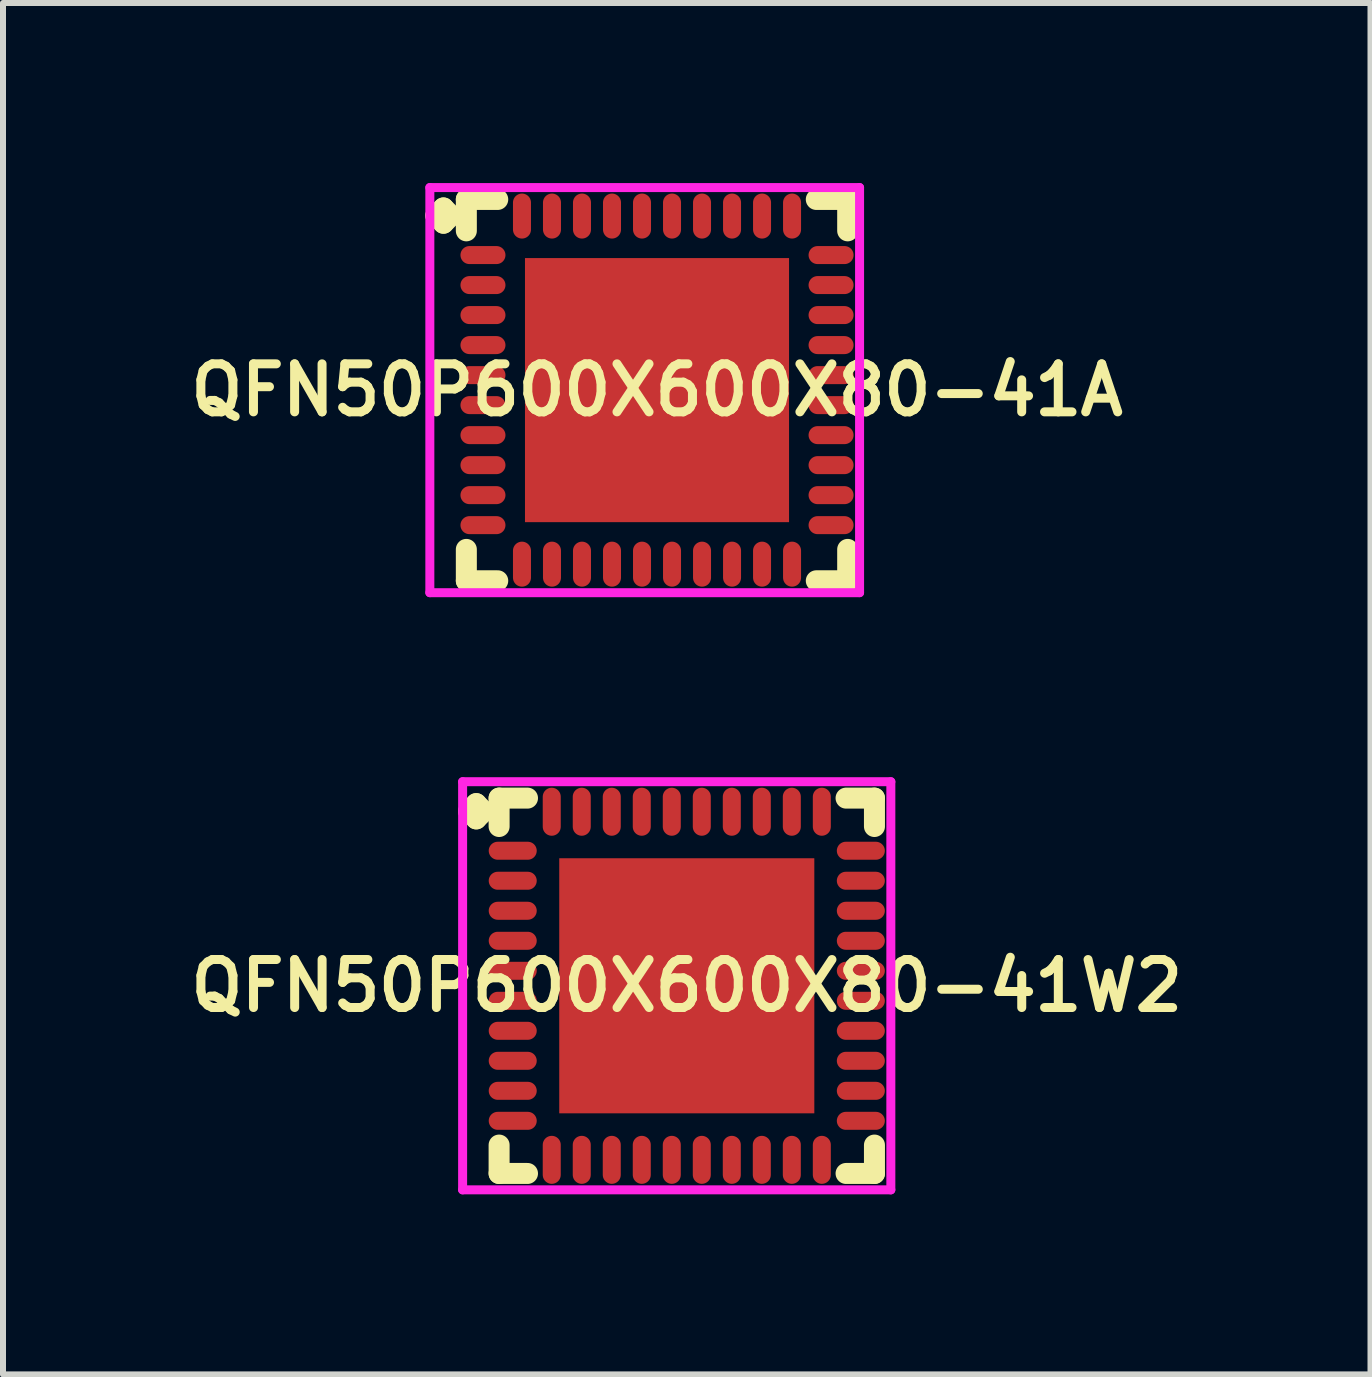
<source format=kicad_pcb>
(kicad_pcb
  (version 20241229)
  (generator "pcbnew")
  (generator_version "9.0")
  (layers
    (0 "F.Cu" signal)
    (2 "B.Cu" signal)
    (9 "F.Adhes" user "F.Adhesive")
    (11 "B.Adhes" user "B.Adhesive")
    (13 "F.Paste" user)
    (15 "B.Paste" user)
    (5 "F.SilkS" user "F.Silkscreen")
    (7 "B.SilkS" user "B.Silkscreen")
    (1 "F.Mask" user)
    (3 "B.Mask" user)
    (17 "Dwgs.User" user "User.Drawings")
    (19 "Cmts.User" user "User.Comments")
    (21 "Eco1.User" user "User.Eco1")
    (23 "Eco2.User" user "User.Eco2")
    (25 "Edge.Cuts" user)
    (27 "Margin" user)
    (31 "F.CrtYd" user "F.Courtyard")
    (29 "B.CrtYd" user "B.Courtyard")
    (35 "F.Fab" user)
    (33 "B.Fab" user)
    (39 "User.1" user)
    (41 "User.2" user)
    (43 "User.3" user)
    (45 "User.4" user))
  (footprint "QFN50P600X600X80-41W2"
    (layer "F.Cu")
    (at 8.393 13.375)
    (property "Reference" "QFN50P600X600X80-41W2" (at 0 0 0) (layer "F.SilkS") (effects (font (size 0.8 0.8) (thickness 0.15))))
    (attr smd)
    (fp_line (start -3.635 -2.908) (end -3.508 -3.035) (stroke (width 0.35) (type solid)) (layer "F.SilkS"))
    (fp_line (start -3.508 -3.035) (end -3.381 -2.908) (stroke (width 0.35) (type solid)) (layer "F.SilkS"))
    (fp_line (start -3.508 -2.781) (end -3.635 -2.908) (stroke (width 0.35) (type solid)) (layer "F.SilkS"))
    (fp_line (start -3.381 -2.908) (end -3.508 -2.781) (stroke (width 0.35) (type solid)) (layer "F.SilkS"))
    (fp_line (start -3.127 -3.127) (end -2.654 -3.127) (stroke (width 0.35) (type solid)) (layer "F.SilkS"))
    (fp_line (start -3.127 -2.654) (end -3.127 -3.127) (stroke (width 0.35) (type solid)) (layer "F.SilkS"))
    (fp_line (start -3.127 2.654) (end -3.127 3.127) (stroke (width 0.35) (type solid)) (layer "F.SilkS"))
    (fp_line (start -3.127 3.127) (end -2.654 3.127) (stroke (width 0.35) (type solid)) (layer "F.SilkS"))
    (fp_line (start 2.654 -3.127) (end 3.127 -3.127) (stroke (width 0.35) (type solid)) (layer "F.SilkS"))
    (fp_line (start 2.654 3.127) (end 3.127 3.127) (stroke (width 0.35) (type solid)) (layer "F.SilkS"))
    (fp_line (start 3.127 -3.127) (end 3.127 -2.654) (stroke (width 0.35) (type solid)) (layer "F.SilkS"))
    (fp_line (start 3.127 3.127) (end 3.127 2.654) (stroke (width 0.35) (type solid)) (layer "F.SilkS"))
    (fp_line (start -3.735 -3.4) (end 3.4 -3.4) (stroke (width 0.15) (type solid)) (layer "F.CrtYd"))
    (fp_line (start -3.735 3.4) (end -3.735 -3.4) (stroke (width 0.15) (type solid)) (layer "F.CrtYd"))
    (fp_line (start 3.4 -3.4) (end 3.4 3.4) (stroke (width 0.15) (type solid)) (layer "F.CrtYd"))
    (fp_line (start 3.4 3.4) (end -3.735 3.4) (stroke (width 0.15) (type solid)) (layer "F.CrtYd"))
    (pad "1" smd oval (at -2.9 -2.25) (size 0.8 0.3) (layers "F.Cu" "F.Mask" "F.Paste"))
    (pad "2" smd oval (at -2.9 -1.75) (size 0.8 0.3) (layers "F.Cu" "F.Mask" "F.Paste"))
    (pad "3" smd oval (at -2.9 -1.25) (size 0.8 0.3) (layers "F.Cu" "F.Mask" "F.Paste"))
    (pad "4" smd oval (at -2.9 -0.75) (size 0.8 0.3) (layers "F.Cu" "F.Mask" "F.Paste"))
    (pad "5" smd oval (at -2.9 -0.25) (size 0.8 0.3) (layers "F.Cu" "F.Mask" "F.Paste"))
    (pad "6" smd oval (at -2.9 0.25) (size 0.8 0.3) (layers "F.Cu" "F.Mask" "F.Paste"))
    (pad "7" smd oval (at -2.9 0.75) (size 0.8 0.3) (layers "F.Cu" "F.Mask" "F.Paste"))
    (pad "8" smd oval (at -2.9 1.25) (size 0.8 0.3) (layers "F.Cu" "F.Mask" "F.Paste"))
    (pad "9" smd oval (at -2.9 1.75) (size 0.8 0.3) (layers "F.Cu" "F.Mask" "F.Paste"))
    (pad "10" smd oval (at -2.9 2.25) (size 0.8 0.3) (layers "F.Cu" "F.Mask" "F.Paste"))
    (pad "11" smd oval (at -2.25 2.9) (size 0.3 0.8) (layers "F.Cu" "F.Mask" "F.Paste"))
    (pad "12" smd oval (at -1.75 2.9) (size 0.3 0.8) (layers "F.Cu" "F.Mask" "F.Paste"))
    (pad "13" smd oval (at -1.25 2.9) (size 0.3 0.8) (layers "F.Cu" "F.Mask" "F.Paste"))
    (pad "14" smd oval (at -0.75 2.9) (size 0.3 0.8) (layers "F.Cu" "F.Mask" "F.Paste"))
    (pad "15" smd oval (at -0.25 2.9) (size 0.3 0.8) (layers "F.Cu" "F.Mask" "F.Paste"))
    (pad "16" smd oval (at 0.25 2.9) (size 0.3 0.8) (layers "F.Cu" "F.Mask" "F.Paste"))
    (pad "17" smd oval (at 0.75 2.9) (size 0.3 0.8) (layers "F.Cu" "F.Mask" "F.Paste"))
    (pad "18" smd oval (at 1.25 2.9) (size 0.3 0.8) (layers "F.Cu" "F.Mask" "F.Paste"))
    (pad "19" smd oval (at 1.75 2.9) (size 0.3 0.8) (layers "F.Cu" "F.Mask" "F.Paste"))
    (pad "20" smd oval (at 2.25 2.9) (size 0.3 0.8) (layers "F.Cu" "F.Mask" "F.Paste"))
    (pad "21" smd oval (at 2.9 2.25) (size 0.8 0.3) (layers "F.Cu" "F.Mask" "F.Paste"))
    (pad "22" smd oval (at 2.9 1.75) (size 0.8 0.3) (layers "F.Cu" "F.Mask" "F.Paste"))
    (pad "23" smd oval (at 2.9 1.25) (size 0.8 0.3) (layers "F.Cu" "F.Mask" "F.Paste"))
    (pad "24" smd oval (at 2.9 0.75) (size 0.8 0.3) (layers "F.Cu" "F.Mask" "F.Paste"))
    (pad "25" smd oval (at 2.9 0.25) (size 0.8 0.3) (layers "F.Cu" "F.Mask" "F.Paste"))
    (pad "26" smd oval (at 2.9 -0.25) (size 0.8 0.3) (layers "F.Cu" "F.Mask" "F.Paste"))
    (pad "27" smd oval (at 2.9 -0.75) (size 0.8 0.3) (layers "F.Cu" "F.Mask" "F.Paste"))
    (pad "28" smd oval (at 2.9 -1.25) (size 0.8 0.3) (layers "F.Cu" "F.Mask" "F.Paste"))
    (pad "29" smd oval (at 2.9 -1.75) (size 0.8 0.3) (layers "F.Cu" "F.Mask" "F.Paste"))
    (pad "30" smd oval (at 2.9 -2.25) (size 0.8 0.3) (layers "F.Cu" "F.Mask" "F.Paste"))
    (pad "31" smd oval (at 2.25 -2.9) (size 0.3 0.8) (layers "F.Cu" "F.Mask" "F.Paste"))
    (pad "32" smd oval (at 1.75 -2.9) (size 0.3 0.8) (layers "F.Cu" "F.Mask" "F.Paste"))
    (pad "33" smd oval (at 1.25 -2.9) (size 0.3 0.8) (layers "F.Cu" "F.Mask" "F.Paste"))
    (pad "34" smd oval (at 0.75 -2.9) (size 0.3 0.8) (layers "F.Cu" "F.Mask" "F.Paste"))
    (pad "35" smd oval (at 0.25 -2.9) (size 0.3 0.8) (layers "F.Cu" "F.Mask" "F.Paste"))
    (pad "36" smd oval (at -0.25 -2.9) (size 0.3 0.8) (layers "F.Cu" "F.Mask" "F.Paste"))
    (pad "37" smd oval (at -0.75 -2.9) (size 0.3 0.8) (layers "F.Cu" "F.Mask" "F.Paste"))
    (pad "38" smd oval (at -1.25 -2.9) (size 0.3 0.8) (layers "F.Cu" "F.Mask" "F.Paste"))
    (pad "39" smd oval (at -1.75 -2.9) (size 0.3 0.8) (layers "F.Cu" "F.Mask" "F.Paste"))
    (pad "40" smd oval (at -2.25 -2.9) (size 0.3 0.8) (layers "F.Cu" "F.Mask" "F.Paste"))
    (pad "41" smd rect (at 0 0) (size 4.25 4.25) (layers "F.Cu" "F.Mask" "F.Paste")))
  (footprint "QFN50P600X600X80-41A"
    (layer "F.Cu")
    (at 7.897 3.45)
    (property "Reference" "QFN50P600X600X80-41A" (at 0 0 0) (layer "F.SilkS") (effects (font (size 0.8 0.8) (thickness 0.15))))
    (attr through_hole)
    (fp_line (start -3.685 -2.908) (end -3.558 -3.035) (stroke (width 0.35) (type solid)) (layer "F.SilkS"))
    (fp_line (start -3.558 -3.035) (end -3.431 -2.908) (stroke (width 0.35) (type solid)) (layer "F.SilkS"))
    (fp_line (start -3.558 -2.781) (end -3.685 -2.908) (stroke (width 0.35) (type solid)) (layer "F.SilkS"))
    (fp_line (start -3.431 -2.908) (end -3.558 -2.781) (stroke (width 0.35) (type solid)) (layer "F.SilkS"))
    (fp_line (start -3.177 -3.177) (end -2.654 -3.177) (stroke (width 0.35) (type solid)) (layer "F.SilkS"))
    (fp_line (start -3.177 -2.654) (end -3.177 -3.177) (stroke (width 0.35) (type solid)) (layer "F.SilkS"))
    (fp_line (start -3.177 2.654) (end -3.177 3.177) (stroke (width 0.35) (type solid)) (layer "F.SilkS"))
    (fp_line (start -3.177 3.177) (end -2.654 3.177) (stroke (width 0.35) (type solid)) (layer "F.SilkS"))
    (fp_line (start 2.654 -3.177) (end 3.177 -3.177) (stroke (width 0.35) (type solid)) (layer "F.SilkS"))
    (fp_line (start 2.654 3.177) (end 3.177 3.177) (stroke (width 0.35) (type solid)) (layer "F.SilkS"))
    (fp_line (start 3.177 -3.177) (end 3.177 -2.654) (stroke (width 0.35) (type solid)) (layer "F.SilkS"))
    (fp_line (start 3.177 3.177) (end 3.177 2.654) (stroke (width 0.35) (type solid)) (layer "F.SilkS"))
    (fp_line (start -3.785 -3.375) (end 3.375 -3.375) (stroke (width 0.15) (type solid)) (layer "F.CrtYd"))
    (fp_line (start -3.785 3.375) (end -3.785 -3.375) (stroke (width 0.15) (type solid)) (layer "F.CrtYd"))
    (fp_line (start 3.375 -3.375) (end 3.375 3.375) (stroke (width 0.15) (type solid)) (layer "F.CrtYd"))
    (fp_line (start 3.375 3.375) (end -3.785 3.375) (stroke (width 0.15) (type solid)) (layer "F.CrtYd"))
    (pad "1" smd oval (at -2.9 -2.25) (size 0.75 0.3) (layers "F.Cu" "F.Mask" "F.Paste"))
    (pad "2" smd oval (at -2.9 -1.75) (size 0.75 0.3) (layers "F.Cu" "F.Mask" "F.Paste"))
    (pad "3" smd oval (at -2.9 -1.25) (size 0.75 0.3) (layers "F.Cu" "F.Mask" "F.Paste"))
    (pad "4" smd oval (at -2.9 -0.75) (size 0.75 0.3) (layers "F.Cu" "F.Mask" "F.Paste"))
    (pad "5" smd oval (at -2.9 -0.25) (size 0.75 0.3) (layers "F.Cu" "F.Mask" "F.Paste"))
    (pad "6" smd oval (at -2.9 0.25) (size 0.75 0.3) (layers "F.Cu" "F.Mask" "F.Paste"))
    (pad "7" smd oval (at -2.9 0.75) (size 0.75 0.3) (layers "F.Cu" "F.Mask" "F.Paste"))
    (pad "8" smd oval (at -2.9 1.25) (size 0.75 0.3) (layers "F.Cu" "F.Mask" "F.Paste"))
    (pad "9" smd oval (at -2.9 1.75) (size 0.75 0.3) (layers "F.Cu" "F.Mask" "F.Paste"))
    (pad "10" smd oval (at -2.9 2.25) (size 0.75 0.3) (layers "F.Cu" "F.Mask" "F.Paste"))
    (pad "11" smd oval (at -2.25 2.9) (size 0.3 0.75) (layers "F.Cu" "F.Mask" "F.Paste"))
    (pad "12" smd oval (at -1.75 2.9) (size 0.3 0.75) (layers "F.Cu" "F.Mask" "F.Paste"))
    (pad "13" smd oval (at -1.25 2.9) (size 0.3 0.75) (layers "F.Cu" "F.Mask" "F.Paste"))
    (pad "14" smd oval (at -0.75 2.9) (size 0.3 0.75) (layers "F.Cu" "F.Mask" "F.Paste"))
    (pad "15" smd oval (at -0.25 2.9) (size 0.3 0.75) (layers "F.Cu" "F.Mask" "F.Paste"))
    (pad "16" smd oval (at 0.25 2.9) (size 0.3 0.75) (layers "F.Cu" "F.Mask" "F.Paste"))
    (pad "17" smd oval (at 0.75 2.9) (size 0.3 0.75) (layers "F.Cu" "F.Mask" "F.Paste"))
    (pad "18" smd oval (at 1.25 2.9) (size 0.3 0.75) (layers "F.Cu" "F.Mask" "F.Paste"))
    (pad "19" smd oval (at 1.75 2.9) (size 0.3 0.75) (layers "F.Cu" "F.Mask" "F.Paste"))
    (pad "20" smd oval (at 2.25 2.9) (size 0.3 0.75) (layers "F.Cu" "F.Mask" "F.Paste"))
    (pad "21" smd oval (at 2.9 2.25) (size 0.75 0.3) (layers "F.Cu" "F.Mask" "F.Paste"))
    (pad "22" smd oval (at 2.9 1.75) (size 0.75 0.3) (layers "F.Cu" "F.Mask" "F.Paste"))
    (pad "23" smd oval (at 2.9 1.25) (size 0.75 0.3) (layers "F.Cu" "F.Mask" "F.Paste"))
    (pad "24" smd oval (at 2.9 0.75) (size 0.75 0.3) (layers "F.Cu" "F.Mask" "F.Paste"))
    (pad "25" smd oval (at 2.9 0.25) (size 0.75 0.3) (layers "F.Cu" "F.Mask" "F.Paste"))
    (pad "26" smd oval (at 2.9 -0.25) (size 0.75 0.3) (layers "F.Cu" "F.Mask" "F.Paste"))
    (pad "27" smd oval (at 2.9 -0.75) (size 0.75 0.3) (layers "F.Cu" "F.Mask" "F.Paste"))
    (pad "28" smd oval (at 2.9 -1.25) (size 0.75 0.3) (layers "F.Cu" "F.Mask" "F.Paste"))
    (pad "29" smd oval (at 2.9 -1.75) (size 0.75 0.3) (layers "F.Cu" "F.Mask" "F.Paste"))
    (pad "30" smd oval (at 2.9 -2.25) (size 0.75 0.3) (layers "F.Cu" "F.Mask" "F.Paste"))
    (pad "31" smd oval (at 2.25 -2.9) (size 0.3 0.75) (layers "F.Cu" "F.Mask" "F.Paste"))
    (pad "32" smd oval (at 1.75 -2.9) (size 0.3 0.75) (layers "F.Cu" "F.Mask" "F.Paste"))
    (pad "33" smd oval (at 1.25 -2.9) (size 0.3 0.75) (layers "F.Cu" "F.Mask" "F.Paste"))
    (pad "34" smd oval (at 0.75 -2.9) (size 0.3 0.75) (layers "F.Cu" "F.Mask" "F.Paste"))
    (pad "35" smd oval (at 0.25 -2.9) (size 0.3 0.75) (layers "F.Cu" "F.Mask" "F.Paste"))
    (pad "36" smd oval (at -0.25 -2.9) (size 0.3 0.75) (layers "F.Cu" "F.Mask" "F.Paste"))
    (pad "37" smd oval (at -0.75 -2.9) (size 0.3 0.75) (layers "F.Cu" "F.Mask" "F.Paste"))
    (pad "38" smd oval (at -1.25 -2.9) (size 0.3 0.75) (layers "F.Cu" "F.Mask" "F.Paste"))
    (pad "39" smd oval (at -1.75 -2.9) (size 0.3 0.75) (layers "F.Cu" "F.Mask" "F.Paste"))
    (pad "40" smd oval (at -2.25 -2.9) (size 0.3 0.75) (layers "F.Cu" "F.Mask" "F.Paste"))
    (pad "41" smd rect (at 0 0) (size 4.4 4.4) (layers "F.Cu" "F.Mask" "F.Paste")))
  (gr_rect
    (start -3 -3)
    (end 19.785 19.85)
    (stroke (width 0.1) (type default))
    (fill no)
    (layer "Edge.Cuts")))
</source>
